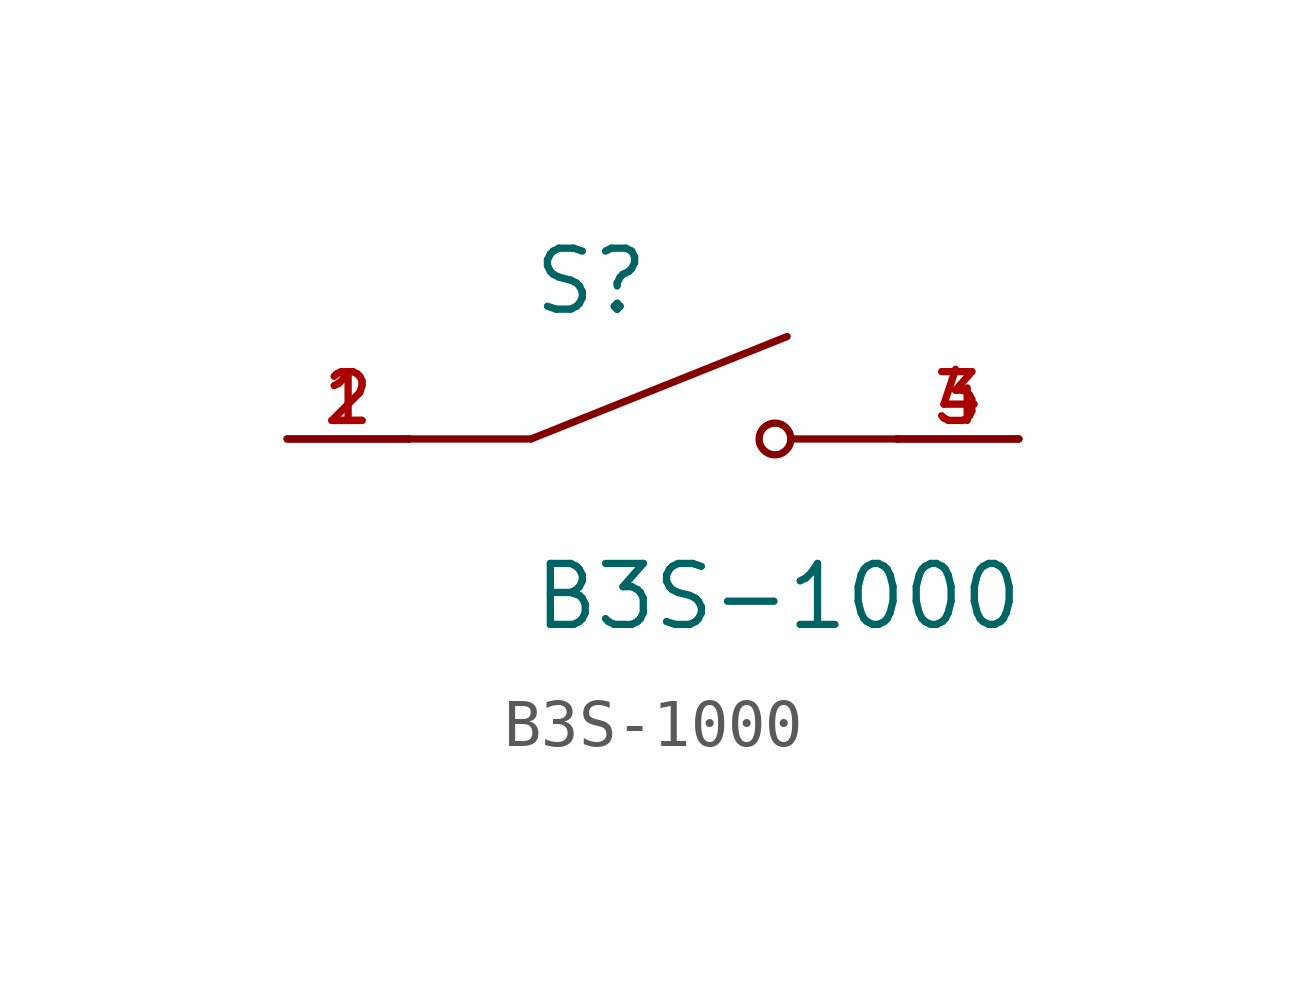
<source format=kicad_sym>
(kicad_symbol_lib
  (version 20211014)
  (generator kicad_symbol_editor)
  (symbol "B3S-1000"
    (pin_names
      (offset 1.016))
    (property "Reference" "S"
      (at -2.54 2.54 0)
      (effects (font (size 1.27 1.27)) (justify bottom left)))
    (property "Value" "B3S-1000"
      (at -2.54 -2.54 0)
      (effects (font (size 1.27 1.27)) (justify top left)))
    (symbol "B3S-1000_0_0"
      (polyline (pts (xy -2.54 0.0) (xy 2.794 2.134)) (stroke (width 0.152)))
      (circle (center 2.54 0.0) (radius 0.33) (stroke (width 0.152)) (fill (type none)))
      (polyline (pts (xy 5.08 0.0) (xy 2.921 0.0)) (stroke (width 0.152)))
      (polyline (pts (xy -2.54 0.0) (xy -5.08 0.0)) (stroke (width 0.152)))
      (pin passive line (at -7.62 0.0 0) (length 2.54) (name "~" (effects (font (size 1.016 1.016)))) (number "1" (effects (font (size 1.016 1.016)))))
      (pin passive line (at -7.62 0.0 0) (length 2.54) (name "~" (effects (font (size 1.016 1.016)))) (number "2" (effects (font (size 1.016 1.016)))))
      (pin passive line (at 7.62 0.0 180.0) (length 2.54) (name "~" (effects (font (size 1.016 1.016)))) (number "3" (effects (font (size 1.016 1.016)))))
      (pin passive line (at 7.62 0.0 180.0) (length 2.54) (name "~" (effects (font (size 1.016 1.016)))) (number "4" (effects (font (size 1.016 1.016))))))))
</source>
